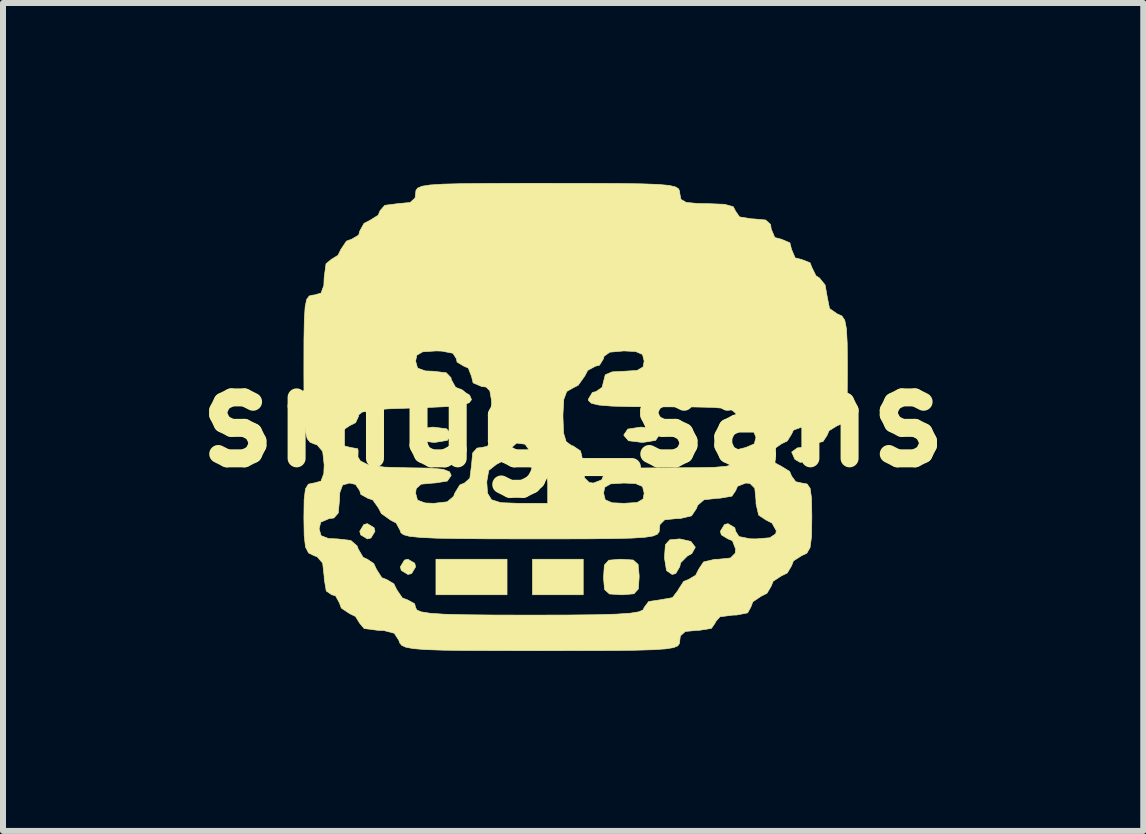
<source format=kicad_pcb>
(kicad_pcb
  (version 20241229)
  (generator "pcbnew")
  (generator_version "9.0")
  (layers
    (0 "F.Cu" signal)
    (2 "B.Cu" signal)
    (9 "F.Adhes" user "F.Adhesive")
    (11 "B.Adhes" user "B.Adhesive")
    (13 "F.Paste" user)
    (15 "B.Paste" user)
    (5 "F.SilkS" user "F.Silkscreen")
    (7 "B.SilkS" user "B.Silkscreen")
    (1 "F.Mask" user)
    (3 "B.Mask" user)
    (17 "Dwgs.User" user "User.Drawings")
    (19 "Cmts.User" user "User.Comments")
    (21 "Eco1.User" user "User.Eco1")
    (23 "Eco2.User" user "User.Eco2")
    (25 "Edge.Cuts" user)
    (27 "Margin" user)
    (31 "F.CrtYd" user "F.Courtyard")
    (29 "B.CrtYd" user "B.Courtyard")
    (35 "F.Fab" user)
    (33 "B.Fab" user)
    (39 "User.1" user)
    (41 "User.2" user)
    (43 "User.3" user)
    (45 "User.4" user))
  (footprint "smug_sans"
    (layer "F.Cu")
    (at 6.502 3.9)
    (property "Reference" "smug_sans" (at 0 0 0) (layer "F.SilkS") (effects (font (size 1.524 1.524) (thickness 0.3))))
    (attr through_hole)
    (fp_poly (pts (xy -1.101 2.963) (xy -2.286 2.963) (xy -2.286 2.371) (xy -1.101 2.371) (xy -1.101 2.963)) (stroke (width 0.01) (type solid)) (fill yes) (layer "F.SilkS"))
    (fp_poly (pts (xy 0.169 2.963) (xy -0.677 2.963) (xy -0.677 2.371) (xy 0.169 2.371) (xy 0.169 2.963)) (stroke (width 0.01) (type solid)) (fill yes) (layer "F.SilkS"))
    (fp_poly (pts (xy -3.317 1.846) (xy -3.302 1.905) (xy -3.37 2.017) (xy -3.429 2.032) (xy -3.541 1.964) (xy -3.556 1.905) (xy -3.488 1.793) (xy -3.429 1.778) (xy -3.317 1.846)) (stroke (width 0.01) (type solid)) (fill yes) (layer "F.SilkS"))
    (fp_poly (pts (xy -2.639 2.438) (xy -2.625 2.498) (xy -2.692 2.61) (xy -2.752 2.625) (xy -2.864 2.557) (xy -2.879 2.498) (xy -2.811 2.385) (xy -2.752 2.371) (xy -2.639 2.438)) (stroke (width 0.01) (type solid)) (fill yes) (layer "F.SilkS"))
    (fp_poly (pts (xy 3.948 0.561) (xy 3.979 0.635) (xy 3.916 0.742) (xy 3.783 0.756) (xy 3.697 0.706) (xy 3.643 0.585) (xy 3.738 0.515) (xy 3.81 0.508) (xy 3.948 0.561)) (stroke (width 0.01) (type solid)) (fill yes) (layer "F.SilkS"))
    (fp_poly (pts (xy -2.109 0.197) (xy -2.033 0.285) (xy -2.032 0.296) (xy -2.096 0.39) (xy -2.301 0.423) (xy -2.328 0.423) (xy -2.548 0.396) (xy -2.624 0.308) (xy -2.625 0.296) (xy -2.56 0.202) (xy -2.355 0.17) (xy -2.328 0.169) (xy -2.109 0.197)) (stroke (width 0.01) (type solid)) (fill yes) (layer "F.SilkS"))
    (fp_poly (pts (xy 1.362 0.197) (xy 1.439 0.285) (xy 1.439 0.296) (xy 1.375 0.39) (xy 1.17 0.423) (xy 1.143 0.423) (xy 0.924 0.396) (xy 0.847 0.308) (xy 0.847 0.296) (xy 0.911 0.202) (xy 1.116 0.17) (xy 1.143 0.169) (xy 1.362 0.197)) (stroke (width 0.01) (type solid)) (fill yes) (layer "F.SilkS"))
    (fp_poly (pts (xy 1.963 2.074) (xy 2.037 2.171) (xy 1.979 2.277) (xy 1.905 2.317) (xy 1.792 2.43) (xy 1.778 2.495) (xy 1.711 2.609) (xy 1.651 2.625) (xy 1.557 2.56) (xy 1.524 2.355) (xy 1.524 2.328) (xy 1.538 2.129) (xy 1.61 2.048) (xy 1.778 2.032) (xy 1.963 2.074)) (stroke (width 0.01) (type solid)) (fill yes) (layer "F.SilkS"))
    (fp_poly (pts (xy 1.003 2.384) (xy 1.084 2.458) (xy 1.101 2.644) (xy 1.101 2.667) (xy 1.088 2.866) (xy 1.014 2.947) (xy 0.827 2.963) (xy 0.804 2.963) (xy 0.606 2.95) (xy 0.524 2.876) (xy 0.508 2.69) (xy 0.508 2.667) (xy 0.521 2.468) (xy 0.595 2.387) (xy 0.782 2.371) (xy 0.804 2.371) (xy 1.003 2.384)) (stroke (width 0.01) (type solid)) (fill yes) (layer "F.SilkS"))
    (fp_poly (pts (xy 0.243 -3.894) (xy 0.76 -3.892) (xy 1.145 -3.886) (xy 1.418 -3.876) (xy 1.599 -3.86) (xy 1.706 -3.835) (xy 1.759 -3.802) (xy 1.776 -3.758) (xy 1.778 -3.725) (xy 1.798 -3.627) (xy 1.886 -3.576) (xy 2.08 -3.558) (xy 2.244 -3.556) (xy 2.524 -3.545) (xy 2.669 -3.505) (xy 2.709 -3.429) (xy 2.774 -3.335) (xy 2.979 -3.302) (xy 3.006 -3.302) (xy 3.21 -3.283) (xy 3.292 -3.209) (xy 3.302 -3.133) (xy 3.362 -2.991) (xy 3.471 -2.963) (xy 3.613 -2.903) (xy 3.641 -2.794) (xy 3.701 -2.652) (xy 3.81 -2.625) (xy 3.949 -2.571) (xy 3.979 -2.495) (xy 4.048 -2.354) (xy 4.106 -2.317) (xy 4.201 -2.2) (xy 4.233 -2.015) (xy 4.274 -1.808) (xy 4.403 -1.718) (xy 4.479 -1.685) (xy 4.528 -1.613) (xy 4.556 -1.47) (xy 4.569 -1.224) (xy 4.572 -0.845) (xy 4.572 -0.787) (xy 4.569 -0.388) (xy 4.558 -0.128) (xy 4.532 0.026) (xy 4.486 0.106) (xy 4.414 0.142) (xy 4.403 0.145) (xy 4.265 0.23) (xy 4.233 0.306) (xy 4.165 0.41) (xy 4.106 0.423) (xy 3.994 0.356) (xy 3.979 0.296) (xy 3.909 0.193) (xy 3.81 0.169) (xy 3.673 0.218) (xy 3.641 0.286) (xy 3.57 0.4) (xy 3.471 0.448) (xy 3.334 0.544) (xy 3.302 0.635) (xy 3.373 0.77) (xy 3.471 0.822) (xy 3.609 0.907) (xy 3.641 0.984) (xy 3.711 1.079) (xy 3.81 1.101) (xy 3.9 1.117) (xy 3.951 1.19) (xy 3.974 1.356) (xy 3.979 1.652) (xy 3.979 1.683) (xy 3.974 1.996) (xy 3.949 2.179) (xy 3.895 2.271) (xy 3.81 2.311) (xy 3.672 2.399) (xy 3.641 2.48) (xy 3.57 2.6) (xy 3.471 2.649) (xy 3.334 2.738) (xy 3.302 2.819) (xy 3.231 2.939) (xy 3.133 2.988) (xy 2.995 3.081) (xy 2.963 3.167) (xy 2.909 3.265) (xy 2.725 3.301) (xy 2.667 3.302) (xy 2.448 3.33) (xy 2.371 3.417) (xy 2.371 3.429) (xy 2.306 3.523) (xy 2.101 3.556) (xy 2.074 3.556) (xy 1.87 3.575) (xy 1.788 3.649) (xy 1.778 3.725) (xy 1.773 3.775) (xy 1.744 3.815) (xy 1.675 3.844) (xy 1.544 3.865) (xy 1.335 3.879) (xy 1.028 3.888) (xy 0.605 3.893) (xy 0.047 3.894) (xy -0.54 3.895) (xy -1.227 3.894) (xy -1.763 3.892) (xy -2.168 3.887) (xy -2.461 3.877) (xy -2.66 3.861) (xy -2.786 3.838) (xy -2.856 3.807) (xy -2.89 3.765) (xy -2.903 3.725) (xy -2.98 3.605) (xy -3.156 3.559) (xy -3.252 3.556) (xy -3.483 3.526) (xy -3.556 3.439) (xy -3.627 3.325) (xy -3.725 3.277) (xy -3.863 3.185) (xy -3.895 3.098) (xy -3.959 2.981) (xy -4.022 2.963) (xy -4.114 2.901) (xy -4.148 2.7) (xy -4.149 2.659) (xy -4.174 2.436) (xy -4.265 2.33) (xy -4.318 2.311) (xy -4.408 2.267) (xy -4.46 2.169) (xy -4.482 1.978) (xy -4.484 1.863) (xy -4.233 1.863) (xy -4.201 1.978) (xy -4.075 2.026) (xy -3.929 2.032) (xy -3.706 2.057) (xy -3.6 2.149) (xy -3.581 2.201) (xy -3.5 2.339) (xy -3.429 2.371) (xy -3.323 2.442) (xy -3.277 2.54) (xy -3.189 2.678) (xy -3.108 2.709) (xy -2.988 2.78) (xy -2.939 2.879) (xy -2.846 3.016) (xy -2.76 3.048) (xy -2.642 3.112) (xy -2.625 3.175) (xy -2.605 3.217) (xy -2.532 3.248) (xy -2.387 3.271) (xy -2.151 3.287) (xy -1.803 3.296) (xy -1.324 3.301) (xy -0.72 3.302) (xy -0.096 3.301) (xy 0.378 3.296) (xy 0.722 3.286) (xy 0.955 3.27) (xy 1.097 3.247) (xy 1.167 3.215) (xy 1.185 3.175) (xy 1.259 3.076) (xy 1.447 3.048) (xy 1.657 3.011) (xy 1.752 2.885) (xy 1.753 2.879) (xy 1.842 2.741) (xy 1.923 2.709) (xy 2.043 2.638) (xy 2.092 2.54) (xy 2.174 2.416) (xy 2.362 2.372) (xy 2.423 2.371) (xy 2.623 2.35) (xy 2.702 2.271) (xy 2.709 2.201) (xy 2.656 2.063) (xy 2.582 2.032) (xy 2.47 1.964) (xy 2.455 1.905) (xy 2.523 1.793) (xy 2.582 1.778) (xy 2.695 1.846) (xy 2.709 1.905) (xy 2.765 1.993) (xy 2.951 2.03) (xy 3.048 2.032) (xy 3.279 2.013) (xy 3.377 1.947) (xy 3.387 1.897) (xy 3.316 1.769) (xy 3.217 1.718) (xy 3.093 1.636) (xy 3.049 1.448) (xy 3.048 1.387) (xy 3.028 1.187) (xy 2.949 1.108) (xy 2.879 1.101) (xy 2.741 1.154) (xy 2.709 1.228) (xy 2.647 1.32) (xy 2.446 1.354) (xy 2.405 1.355) (xy 2.182 1.38) (xy 2.076 1.471) (xy 2.057 1.524) (xy 1.974 1.648) (xy 1.787 1.692) (xy 1.726 1.693) (xy 1.526 1.714) (xy 1.447 1.793) (xy 1.439 1.863) (xy 1.434 1.914) (xy 1.404 1.954) (xy 1.331 1.984) (xy 1.196 2.005) (xy 0.978 2.019) (xy 0.659 2.027) (xy 0.219 2.031) (xy -0.36 2.032) (xy -0.72 2.032) (xy -1.385 2.031) (xy -1.899 2.027) (xy -2.281 2.02) (xy -2.551 2.007) (xy -2.727 1.989) (xy -2.827 1.962) (xy -2.871 1.928) (xy -2.879 1.897) (xy -2.949 1.767) (xy -3.04 1.72) (xy -3.196 1.609) (xy -3.244 1.516) (xy -3.338 1.383) (xy -3.421 1.355) (xy -3.538 1.29) (xy -3.556 1.228) (xy -3.627 1.124) (xy -3.725 1.101) (xy -3.842 1.134) (xy -3.889 1.263) (xy -3.895 1.397) (xy -3.914 1.601) (xy -3.988 1.684) (xy -4.064 1.693) (xy -4.206 1.753) (xy -4.233 1.863) (xy -4.484 1.863) (xy -4.487 1.683) (xy -4.483 1.375) (xy -4.461 1.2) (xy -4.413 1.12) (xy -4.327 1.101) (xy -4.318 1.101) (xy -4.202 1.069) (xy -4.155 0.942) (xy -4.149 0.796) (xy -4.174 0.574) (xy -4.265 0.467) (xy -4.318 0.448) (xy -4.384 0.421) (xy -4.423 0.372) (xy -3.894 0.372) (xy -3.819 0.481) (xy -3.711 0.508) (xy -3.59 0.529) (xy -3.583 0.564) (xy -3.586 0.666) (xy -3.545 0.733) (xy -3.413 0.798) (xy -3.14 0.836) (xy -2.741 0.847) (xy -2.384 0.852) (xy -2.167 0.872) (xy -2.06 0.913) (xy -2.032 0.974) (xy -2.096 1.068) (xy -2.301 1.1) (xy -2.328 1.101) (xy -2.533 1.12) (xy -2.615 1.194) (xy -2.625 1.27) (xy -2.593 1.386) (xy -2.466 1.433) (xy -2.32 1.439) (xy -2.098 1.414) (xy -1.991 1.323) (xy -1.972 1.27) (xy -1.887 1.132) (xy -1.81 1.101) (xy -1.785 1.079) (xy -1.439 1.079) (xy -1.426 1.271) (xy -1.36 1.379) (xy -1.205 1.428) (xy -0.923 1.439) (xy -0.875 1.439) (xy -0.423 1.439) (xy -0.423 1.27) (xy 0.508 1.27) (xy 0.536 1.381) (xy 0.651 1.43) (xy 0.847 1.439) (xy 1.068 1.425) (xy 1.166 1.368) (xy 1.185 1.27) (xy 1.157 1.159) (xy 1.042 1.11) (xy 0.847 1.101) (xy 0.625 1.115) (xy 0.527 1.172) (xy 0.508 1.27) (xy -0.423 1.27) (xy -0.423 1.101) (xy -0.448 0.856) (xy -0.524 0.764) (xy -0.54 0.762) (xy -0.654 0.691) (xy -0.702 0.593) (xy -0.8 0.454) (xy -0.942 0.435) (xy -1.057 0.539) (xy -1.074 0.585) (xy -1.185 0.741) (xy -1.278 0.789) (xy -1.406 0.891) (xy -1.439 1.079) (xy -1.785 1.079) (xy -1.721 1.022) (xy -1.693 0.804) (xy -1.674 0.6) (xy -1.6 0.518) (xy -1.524 0.508) (xy -1.429 0.489) (xy -1.378 0.408) (xy -1.358 0.225) (xy -1.355 0) (xy -0.169 0) (xy -0.159 0.267) (xy -0.116 0.411) (xy -0.026 0.476) (xy 0 0.483) (xy 0.124 0.566) (xy 0.168 0.753) (xy 0.169 0.814) (xy 0.19 1.014) (xy 0.269 1.093) (xy 0.339 1.101) (xy 0.477 1.048) (xy 0.508 0.974) (xy 0.533 0.921) (xy 0.623 0.885) (xy 0.804 0.862) (xy 1.101 0.85) (xy 1.539 0.847) (xy 1.609 0.847) (xy 2.058 0.845) (xy 2.365 0.838) (xy 2.557 0.821) (xy 2.66 0.79) (xy 2.702 0.742) (xy 2.709 0.677) (xy 2.769 0.536) (xy 2.879 0.508) (xy 3.02 0.448) (xy 3.048 0.339) (xy 2.992 0.198) (xy 2.913 0.169) (xy 2.785 0.098) (xy 2.734 0) (xy 2.707 -0.066) (xy 2.648 -0.113) (xy 2.53 -0.143) (xy 2.328 -0.16) (xy 2.014 -0.167) (xy 1.562 -0.169) (xy 1.472 -0.169) (xy 0.986 -0.172) (xy 0.646 -0.181) (xy 0.428 -0.199) (xy 0.306 -0.228) (xy 0.258 -0.272) (xy 0.254 -0.296) (xy 0.322 -0.409) (xy 0.381 -0.423) (xy 0.484 -0.494) (xy 0.508 -0.593) (xy 0.536 -0.703) (xy 0.651 -0.752) (xy 0.847 -0.762) (xy 1.068 -0.776) (xy 1.166 -0.834) (xy 1.185 -0.931) (xy 1.157 -1.042) (xy 1.042 -1.091) (xy 0.847 -1.101) (xy 0.611 -1.08) (xy 0.514 -1.01) (xy 0.508 -0.974) (xy 0.44 -0.863) (xy 0.373 -0.847) (xy 0.243 -0.776) (xy 0.196 -0.685) (xy 0.085 -0.529) (xy -0.008 -0.481) (xy -0.106 -0.425) (xy -0.155 -0.294) (xy -0.169 -0.044) (xy -0.169 0) (xy -1.355 0) (xy -1.361 -0.284) (xy -1.388 -0.437) (xy -1.449 -0.499) (xy -1.524 -0.508) (xy -1.666 -0.568) (xy -1.693 -0.677) (xy -1.746 -0.815) (xy -1.82 -0.847) (xy -1.933 -0.914) (xy -1.947 -0.974) (xy -2.003 -1.062) (xy -2.189 -1.098) (xy -2.286 -1.101) (xy -2.508 -1.086) (xy -2.605 -1.029) (xy -2.625 -0.931) (xy -2.592 -0.815) (xy -2.462 -0.768) (xy -2.328 -0.762) (xy -2.114 -0.737) (xy -2.034 -0.654) (xy -2.032 -0.627) (xy -1.961 -0.499) (xy -1.863 -0.448) (xy -1.725 -0.364) (xy -1.693 -0.289) (xy -1.734 -0.236) (xy -1.87 -0.198) (xy -2.124 -0.172) (xy -2.52 -0.154) (xy -2.646 -0.151) (xy -3.076 -0.136) (xy -3.359 -0.113) (xy -3.517 -0.081) (xy -3.575 -0.034) (xy -3.575 -0.014) (xy -3.625 0.095) (xy -3.723 0.144) (xy -3.863 0.238) (xy -3.894 0.372) (xy -4.423 0.372) (xy -4.431 0.362) (xy -4.461 0.244) (xy -4.478 0.042) (xy -4.485 -0.272) (xy -4.487 -0.724) (xy -4.487 -0.814) (xy -4.486 -1.291) (xy -4.48 -1.623) (xy -4.466 -1.838) (xy -4.44 -1.961) (xy -4.398 -2.017) (xy -4.337 -2.032) (xy -4.318 -2.032) (xy -4.201 -2.065) (xy -4.154 -2.195) (xy -4.149 -2.328) (xy -4.118 -2.554) (xy -4.032 -2.625) (xy -3.918 -2.696) (xy -3.87 -2.794) (xy -3.777 -2.932) (xy -3.691 -2.963) (xy -3.574 -3.032) (xy -3.556 -3.098) (xy -3.485 -3.227) (xy -3.387 -3.277) (xy -3.249 -3.363) (xy -3.217 -3.439) (xy -3.139 -3.528) (xy -2.921 -3.556) (xy -2.717 -3.575) (xy -2.634 -3.649) (xy -2.625 -3.725) (xy -2.619 -3.777) (xy -2.59 -3.816) (xy -2.518 -3.846) (xy -2.384 -3.867) (xy -2.168 -3.881) (xy -1.853 -3.889) (xy -1.418 -3.893) (xy -0.844 -3.895) (xy -0.423 -3.895) (xy 0.243 -3.894)) (stroke (width 0.01) (type solid)) (fill yes) (layer "F.SilkS")))
  (gr_rect
    (start -3 -3)
    (end 16.005 10.799)
    (stroke (width 0.1) (type default))
    (fill no)
    (layer "Edge.Cuts")))
</source>
